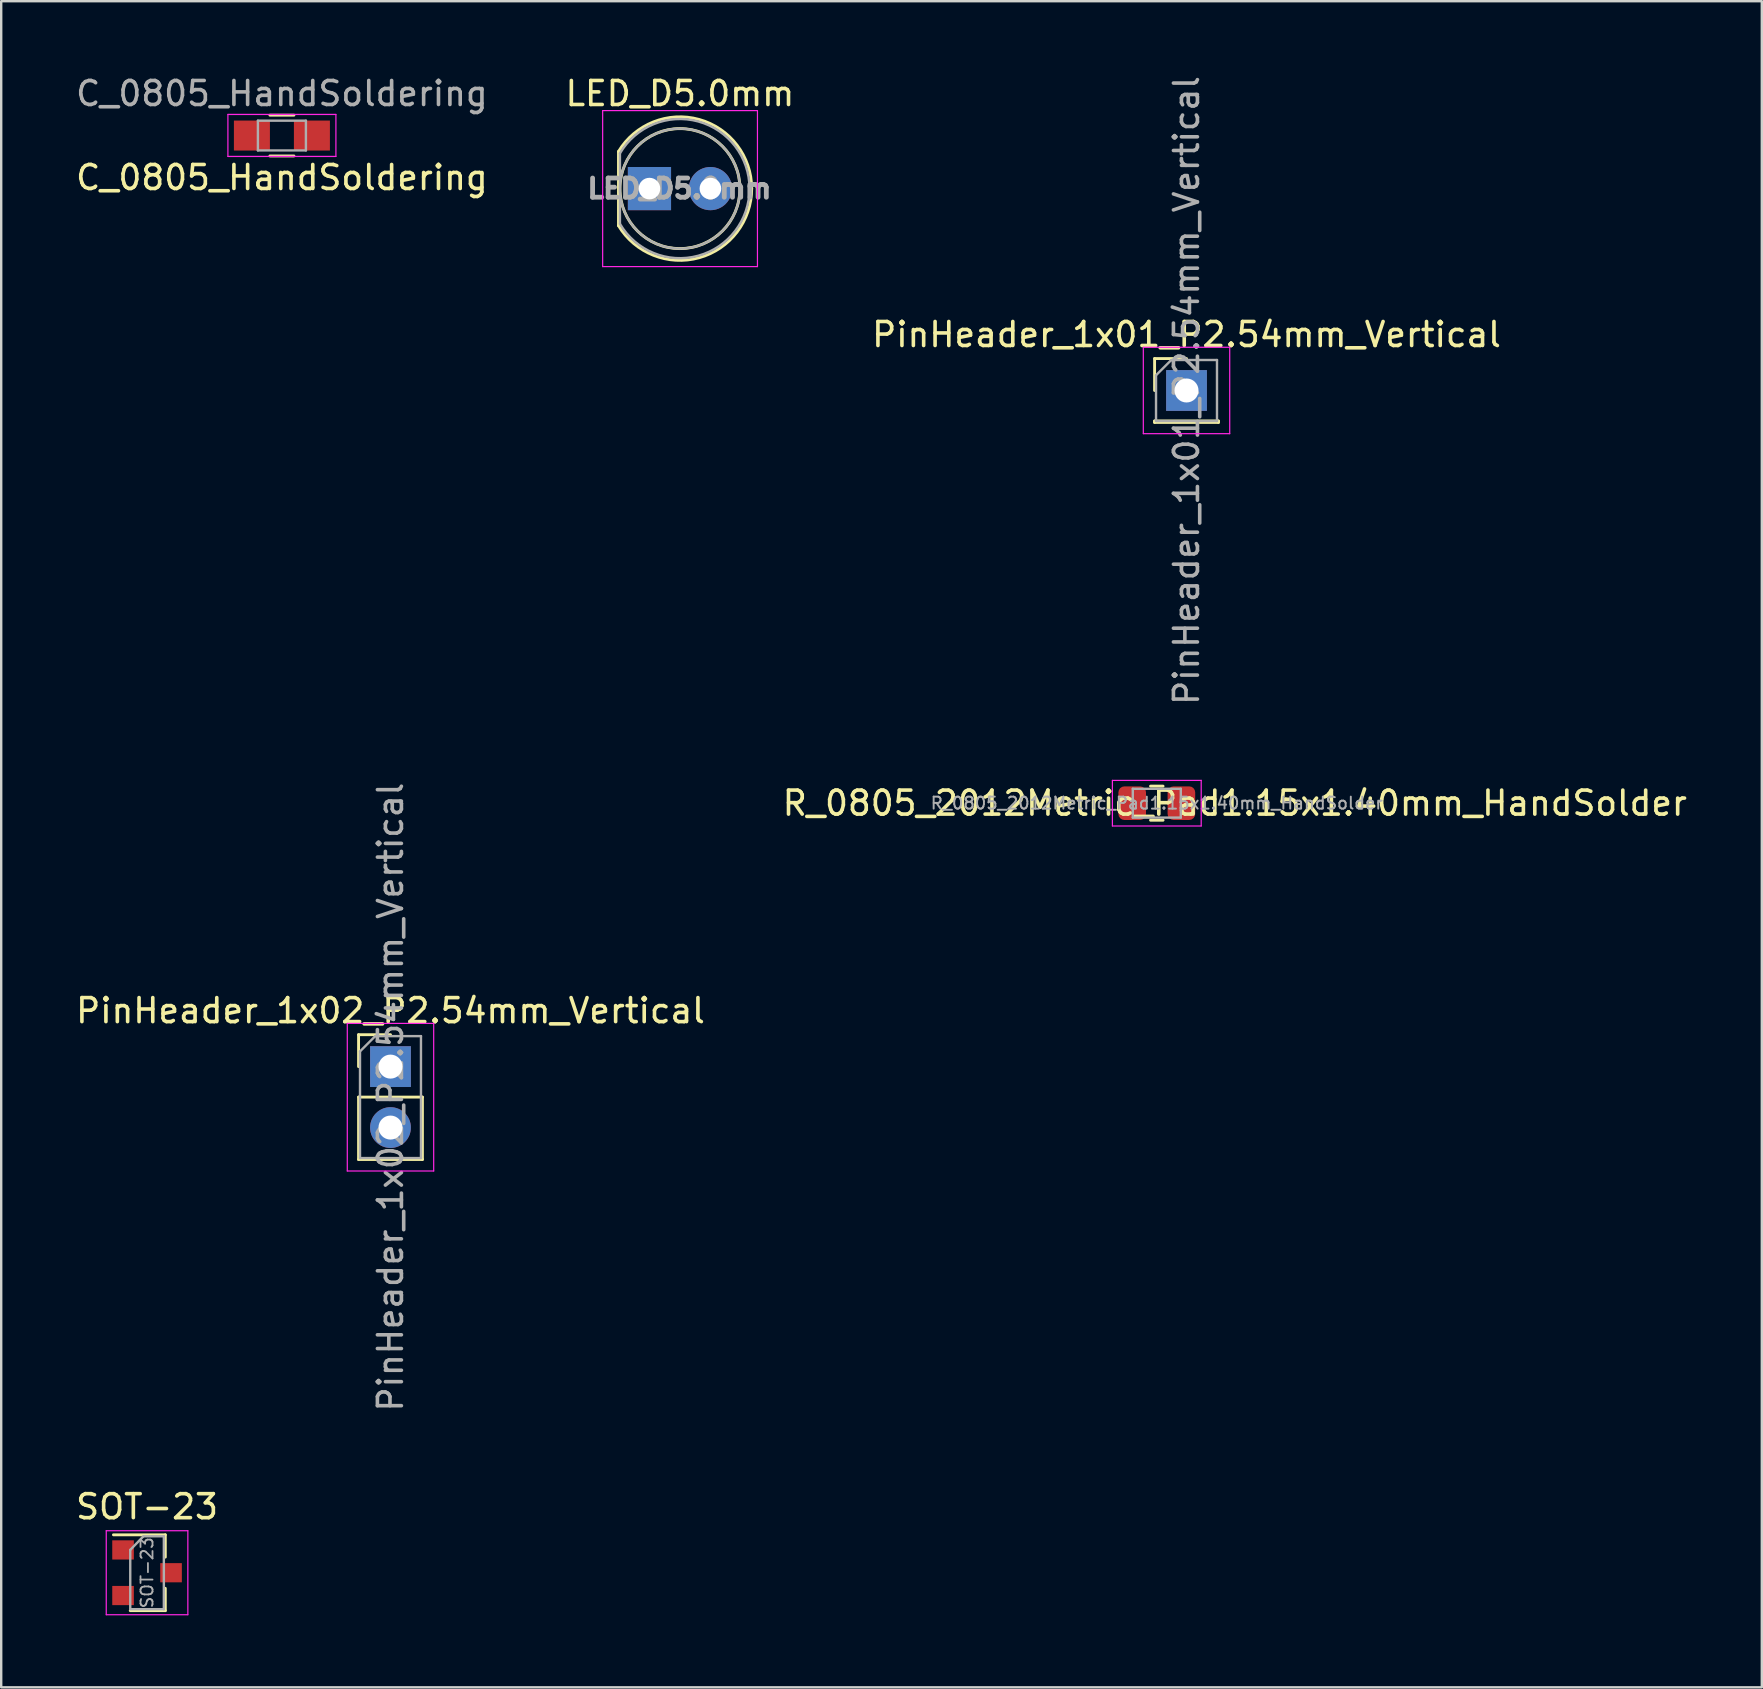
<source format=kicad_pcb>
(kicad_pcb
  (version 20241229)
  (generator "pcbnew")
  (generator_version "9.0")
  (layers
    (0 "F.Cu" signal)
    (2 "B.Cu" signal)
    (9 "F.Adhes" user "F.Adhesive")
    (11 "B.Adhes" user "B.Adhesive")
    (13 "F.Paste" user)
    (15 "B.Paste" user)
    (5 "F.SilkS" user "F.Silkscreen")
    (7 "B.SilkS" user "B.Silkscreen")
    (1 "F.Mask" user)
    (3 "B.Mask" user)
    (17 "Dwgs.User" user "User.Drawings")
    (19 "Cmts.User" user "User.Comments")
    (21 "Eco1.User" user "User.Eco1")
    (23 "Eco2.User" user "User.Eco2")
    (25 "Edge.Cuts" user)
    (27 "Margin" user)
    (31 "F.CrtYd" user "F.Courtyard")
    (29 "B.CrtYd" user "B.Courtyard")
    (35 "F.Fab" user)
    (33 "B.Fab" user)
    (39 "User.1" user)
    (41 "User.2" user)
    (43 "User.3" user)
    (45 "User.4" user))
  (footprint "R_0805_2012Metric_Pad1.15x1.40mm_HandSolder"
    (placed yes)
    (layer "F.Cu")
    (at 45.149 30.415)
    (property "Reference" "R_0805_2012Metric_Pad1.15x1.40mm_HandSolder" (at 3.25 0 0) (layer "F.SilkS") (effects (font (size 1 1) (thickness 0.15))))
    (attr smd)
    (fp_line (start -0.261 -0.71) (end 0.261 -0.71) (stroke (width 0.12) (type solid)) (layer "F.SilkS"))
    (fp_line (start -0.261 0.71) (end 0.261 0.71) (stroke (width 0.12) (type solid)) (layer "F.SilkS"))
    (fp_line (start -1.85 -0.95) (end 1.85 -0.95) (stroke (width 0.05) (type solid)) (layer "F.CrtYd"))
    (fp_line (start -1.85 0.95) (end -1.85 -0.95) (stroke (width 0.05) (type solid)) (layer "F.CrtYd"))
    (fp_line (start 1.85 -0.95) (end 1.85 0.95) (stroke (width 0.05) (type solid)) (layer "F.CrtYd"))
    (fp_line (start 1.85 0.95) (end -1.85 0.95) (stroke (width 0.05) (type solid)) (layer "F.CrtYd"))
    (fp_line (start -1 -0.6) (end 1 -0.6) (stroke (width 0.1) (type solid)) (layer "F.Fab"))
    (fp_line (start -1 0.6) (end -1 -0.6) (stroke (width 0.1) (type solid)) (layer "F.Fab"))
    (fp_line (start 1 -0.6) (end 1 0.6) (stroke (width 0.1) (type solid)) (layer "F.Fab"))
    (fp_line (start 1 0.6) (end -1 0.6) (stroke (width 0.1) (type solid)) (layer "F.Fab"))
    (fp_text user "${REFERENCE}" (at 0 0 0) (layer "F.Fab") (effects (font (size 0.5 0.5) (thickness 0.08))))
    (pad "1" smd roundrect (at -1.025 0) (size 1.15 1.4) (layers "F.Cu" "F.Mask" "F.Paste") (roundrect_rratio 0.217))
    (pad "2" smd roundrect (at 1.025 0) (size 1.15 1.4) (layers "F.Cu" "F.Mask" "F.Paste") (roundrect_rratio 0.217)))
  (footprint "PinHeader_1x02_P2.54mm_Vertical"
    (layer "F.Cu")
    (at 13.22 41.391)
    (property "Reference" "PinHeader_1x02_P2.54mm_Vertical" (at 0 -2.33 0) (layer "F.SilkS") (effects (font (size 1 1) (thickness 0.15))))
    (attr through_hole)
    (fp_line (start -1.33 -1.33) (end 0 -1.33) (stroke (width 0.12) (type solid)) (layer "F.SilkS"))
    (fp_line (start -1.33 0) (end -1.33 -1.33) (stroke (width 0.12) (type solid)) (layer "F.SilkS"))
    (fp_line (start -1.33 1.27) (end -1.33 3.87) (stroke (width 0.12) (type solid)) (layer "F.SilkS"))
    (fp_line (start -1.33 1.27) (end 1.33 1.27) (stroke (width 0.12) (type solid)) (layer "F.SilkS"))
    (fp_line (start -1.33 3.87) (end 1.33 3.87) (stroke (width 0.12) (type solid)) (layer "F.SilkS"))
    (fp_line (start 1.33 1.27) (end 1.33 3.87) (stroke (width 0.12) (type solid)) (layer "F.SilkS"))
    (fp_line (start -1.8 -1.8) (end -1.8 4.35) (stroke (width 0.05) (type solid)) (layer "F.CrtYd"))
    (fp_line (start -1.8 4.35) (end 1.8 4.35) (stroke (width 0.05) (type solid)) (layer "F.CrtYd"))
    (fp_line (start 1.8 -1.8) (end -1.8 -1.8) (stroke (width 0.05) (type solid)) (layer "F.CrtYd"))
    (fp_line (start 1.8 4.35) (end 1.8 -1.8) (stroke (width 0.05) (type solid)) (layer "F.CrtYd"))
    (fp_line (start -1.27 -0.635) (end -0.635 -1.27) (stroke (width 0.1) (type solid)) (layer "F.Fab"))
    (fp_line (start -1.27 3.81) (end -1.27 -0.635) (stroke (width 0.1) (type solid)) (layer "F.Fab"))
    (fp_line (start -0.635 -1.27) (end 1.27 -1.27) (stroke (width 0.1) (type solid)) (layer "F.Fab"))
    (fp_line (start 1.27 -1.27) (end 1.27 3.81) (stroke (width 0.1) (type solid)) (layer "F.Fab"))
    (fp_line (start 1.27 3.81) (end -1.27 3.81) (stroke (width 0.1) (type solid)) (layer "F.Fab"))
    (fp_text user "${REFERENCE}" (at 0 1.27 90) (layer "F.Fab") (effects (font (size 1 1) (thickness 0.15))))
    (pad "1" thru_hole rect (at 0 0) (size 1.7 1.7) (drill 1) (layers "*.Cu" "*.Mask"))
    (pad "2" thru_hole oval (at 0 2.54) (size 1.7 1.7) (drill 1) (layers "*.Cu" "*.Mask")))
  (footprint "LED_D5.0mm"
    (layer "F.Cu")
    (at 24.01 4.808)
    (property "Reference" "LED_D5.0mm" (at 1.27 -3.96 0) (layer "F.SilkS") (effects (font (size 1 1) (thickness 0.15))))
    (attr through_hole)
    (fp_line (start -1.29 -1.545) (end -1.29 1.545) (stroke (width 0.12) (type solid)) (layer "F.SilkS"))
    (fp_arc (start -1.29 -1.54483) (mid 2.072002 -2.880433) (end 4.26 0.000462) (stroke (width 0.12) (type solid)) (layer "F.SilkS"))
    (fp_arc (start 4.26 -0.000462) (mid 2.072002 2.880433) (end -1.29 1.54483) (stroke (width 0.12) (type solid)) (layer "F.SilkS"))
    (fp_circle (center 1.27 0) (end 3.77 0) (stroke (width 0.12) (type solid)) (fill no) (layer "F.SilkS"))
    (fp_line (start -1.95 -3.25) (end -1.95 3.25) (stroke (width 0.05) (type solid)) (layer "F.CrtYd"))
    (fp_line (start -1.95 3.25) (end 4.5 3.25) (stroke (width 0.05) (type solid)) (layer "F.CrtYd"))
    (fp_line (start 4.5 -3.25) (end -1.95 -3.25) (stroke (width 0.05) (type solid)) (layer "F.CrtYd"))
    (fp_line (start 4.5 3.25) (end 4.5 -3.25) (stroke (width 0.05) (type solid)) (layer "F.CrtYd"))
    (fp_line (start -1.23 -1.47) (end -1.23 1.47) (stroke (width 0.1) (type solid)) (layer "F.Fab"))
    (fp_arc (start -1.23 -1.469694) (mid 4.17 0.000016) (end -1.230016 1.469666) (stroke (width 0.1) (type solid)) (layer "F.Fab"))
    (fp_circle (center 1.27 0) (end 3.77 0) (stroke (width 0.1) (type solid)) (fill no) (layer "F.Fab"))
    (fp_text user "${REFERENCE}" (at 1.25 0 0) (layer "F.Fab") (effects (font (size 0.8 0.8) (thickness 0.2))))
    (pad "1" thru_hole rect (at 0 0) (size 1.8 1.8) (drill 0.9) (layers "*.Cu" "*.Mask"))
    (pad "2" thru_hole circle (at 2.54 0) (size 1.8 1.8) (drill 0.9) (layers "*.Cu" "*.Mask")))
  (footprint "SOT-23"
    (placed yes)
    (layer "F.Cu")
    (at 3.077 62.479)
    (property "Reference" "SOT-23" (at 0 -2.75 0) (layer "F.SilkS") (effects (font (size 1 1) (thickness 0.15))))
    (attr smd)
    (fp_line (start 0.76 -1.58) (end -1.4 -1.58) (stroke (width 0.12) (type solid)) (layer "F.SilkS"))
    (fp_line (start 0.76 -1.58) (end 0.76 -0.65) (stroke (width 0.12) (type solid)) (layer "F.SilkS"))
    (fp_line (start 0.76 1.58) (end -0.7 1.58) (stroke (width 0.12) (type solid)) (layer "F.SilkS"))
    (fp_line (start 0.76 1.58) (end 0.76 0.65) (stroke (width 0.12) (type solid)) (layer "F.SilkS"))
    (fp_line (start -1.7 -1.75) (end 1.7 -1.75) (stroke (width 0.05) (type solid)) (layer "F.CrtYd"))
    (fp_line (start -1.7 1.75) (end -1.7 -1.75) (stroke (width 0.05) (type solid)) (layer "F.CrtYd"))
    (fp_line (start 1.7 -1.75) (end 1.7 1.75) (stroke (width 0.05) (type solid)) (layer "F.CrtYd"))
    (fp_line (start 1.7 1.75) (end -1.7 1.75) (stroke (width 0.05) (type solid)) (layer "F.CrtYd"))
    (fp_line (start -0.7 -0.95) (end -0.7 1.5) (stroke (width 0.1) (type solid)) (layer "F.Fab"))
    (fp_line (start -0.7 -0.95) (end -0.15 -1.52) (stroke (width 0.1) (type solid)) (layer "F.Fab"))
    (fp_line (start -0.7 1.52) (end 0.7 1.52) (stroke (width 0.1) (type solid)) (layer "F.Fab"))
    (fp_line (start -0.15 -1.52) (end 0.7 -1.52) (stroke (width 0.1) (type solid)) (layer "F.Fab"))
    (fp_line (start 0.7 -1.52) (end 0.7 1.52) (stroke (width 0.1) (type solid)) (layer "F.Fab"))
    (fp_text user "${REFERENCE}" (at 0 0 90) (layer "F.Fab") (effects (font (size 0.5 0.5) (thickness 0.075))))
    (pad "1" smd rect (at -1 -0.95) (size 0.9 0.8) (layers "F.Cu" "F.Mask" "F.Paste"))
    (pad "2" smd rect (at -1 0.95) (size 0.9 0.8) (layers "F.Cu" "F.Mask" "F.Paste"))
    (pad "3" smd rect (at 1 0) (size 0.9 0.8) (layers "F.Cu" "F.Mask" "F.Paste")))
  (footprint "C_0805_HandSoldering"
    (placed yes)
    (layer "F.Cu")
    (at 8.696 2.598)
    (property "Reference" "C_0805_HandSoldering" (at 0 1.75 0) (layer "F.SilkS") (effects (font (size 1 1) (thickness 0.15))))
    (attr smd)
    (fp_line (start -0.5 0.85) (end 0.5 0.85) (stroke (width 0.12) (type solid)) (layer "F.SilkS"))
    (fp_line (start 0.5 -0.85) (end -0.5 -0.85) (stroke (width 0.12) (type solid)) (layer "F.SilkS"))
    (fp_line (start -2.25 -0.88) (end -2.25 0.87) (stroke (width 0.05) (type solid)) (layer "F.CrtYd"))
    (fp_line (start -2.25 -0.88) (end 2.25 -0.88) (stroke (width 0.05) (type solid)) (layer "F.CrtYd"))
    (fp_line (start 2.25 0.87) (end -2.25 0.87) (stroke (width 0.05) (type solid)) (layer "F.CrtYd"))
    (fp_line (start 2.25 0.87) (end 2.25 -0.88) (stroke (width 0.05) (type solid)) (layer "F.CrtYd"))
    (fp_line (start -1 -0.62) (end 1 -0.62) (stroke (width 0.1) (type solid)) (layer "F.Fab"))
    (fp_line (start -1 0.62) (end -1 -0.62) (stroke (width 0.1) (type solid)) (layer "F.Fab"))
    (fp_line (start 1 -0.62) (end 1 0.62) (stroke (width 0.1) (type solid)) (layer "F.Fab"))
    (fp_line (start 1 0.62) (end -1 0.62) (stroke (width 0.1) (type solid)) (layer "F.Fab"))
    (fp_text user "${REFERENCE}" (at 0 -1.75 0) (layer "F.Fab") (effects (font (size 1 1) (thickness 0.15))))
    (pad "1" smd rect (at -1.25 0) (size 1.5 1.25) (layers "F.Cu" "F.Mask" "F.Paste"))
    (pad "2" smd rect (at 1.25 0) (size 1.5 1.25) (layers "F.Cu" "F.Mask" "F.Paste")))
  (footprint "PinHeader_1x01_P2.54mm_Vertical"
    (layer "F.Cu")
    (at 46.387 13.22)
    (property "Reference" "PinHeader_1x01_P2.54mm_Vertical" (at 0 -2.33 0) (layer "F.SilkS") (effects (font (size 1 1) (thickness 0.15))))
    (attr through_hole)
    (fp_line (start -1.33 -1.33) (end 0 -1.33) (stroke (width 0.12) (type solid)) (layer "F.SilkS"))
    (fp_line (start -1.33 0) (end -1.33 -1.33) (stroke (width 0.12) (type solid)) (layer "F.SilkS"))
    (fp_line (start -1.33 1.27) (end -1.33 1.33) (stroke (width 0.12) (type solid)) (layer "F.SilkS"))
    (fp_line (start -1.33 1.27) (end 1.33 1.27) (stroke (width 0.12) (type solid)) (layer "F.SilkS"))
    (fp_line (start -1.33 1.33) (end 1.33 1.33) (stroke (width 0.12) (type solid)) (layer "F.SilkS"))
    (fp_line (start 1.33 1.27) (end 1.33 1.33) (stroke (width 0.12) (type solid)) (layer "F.SilkS"))
    (fp_line (start -1.8 -1.8) (end -1.8 1.8) (stroke (width 0.05) (type solid)) (layer "F.CrtYd"))
    (fp_line (start -1.8 1.8) (end 1.8 1.8) (stroke (width 0.05) (type solid)) (layer "F.CrtYd"))
    (fp_line (start 1.8 -1.8) (end -1.8 -1.8) (stroke (width 0.05) (type solid)) (layer "F.CrtYd"))
    (fp_line (start 1.8 1.8) (end 1.8 -1.8) (stroke (width 0.05) (type solid)) (layer "F.CrtYd"))
    (fp_line (start -1.27 -0.635) (end -0.635 -1.27) (stroke (width 0.1) (type solid)) (layer "F.Fab"))
    (fp_line (start -1.27 1.27) (end -1.27 -0.635) (stroke (width 0.1) (type solid)) (layer "F.Fab"))
    (fp_line (start -0.635 -1.27) (end 1.27 -1.27) (stroke (width 0.1) (type solid)) (layer "F.Fab"))
    (fp_line (start 1.27 -1.27) (end 1.27 1.27) (stroke (width 0.1) (type solid)) (layer "F.Fab"))
    (fp_line (start 1.27 1.27) (end -1.27 1.27) (stroke (width 0.1) (type solid)) (layer "F.Fab"))
    (fp_text user "${REFERENCE}" (at 0 0 90) (layer "F.Fab") (effects (font (size 1 1) (thickness 0.15))))
    (pad "1" thru_hole rect (at 0 0) (size 1.7 1.7) (drill 1) (layers "*.Cu" "*.Mask")))
  (gr_rect
    (start -3 -3)
    (end 70.357 67.254)
    (stroke (width 0.1) (type default))
    (fill no)
    (layer "Edge.Cuts")))
</source>
